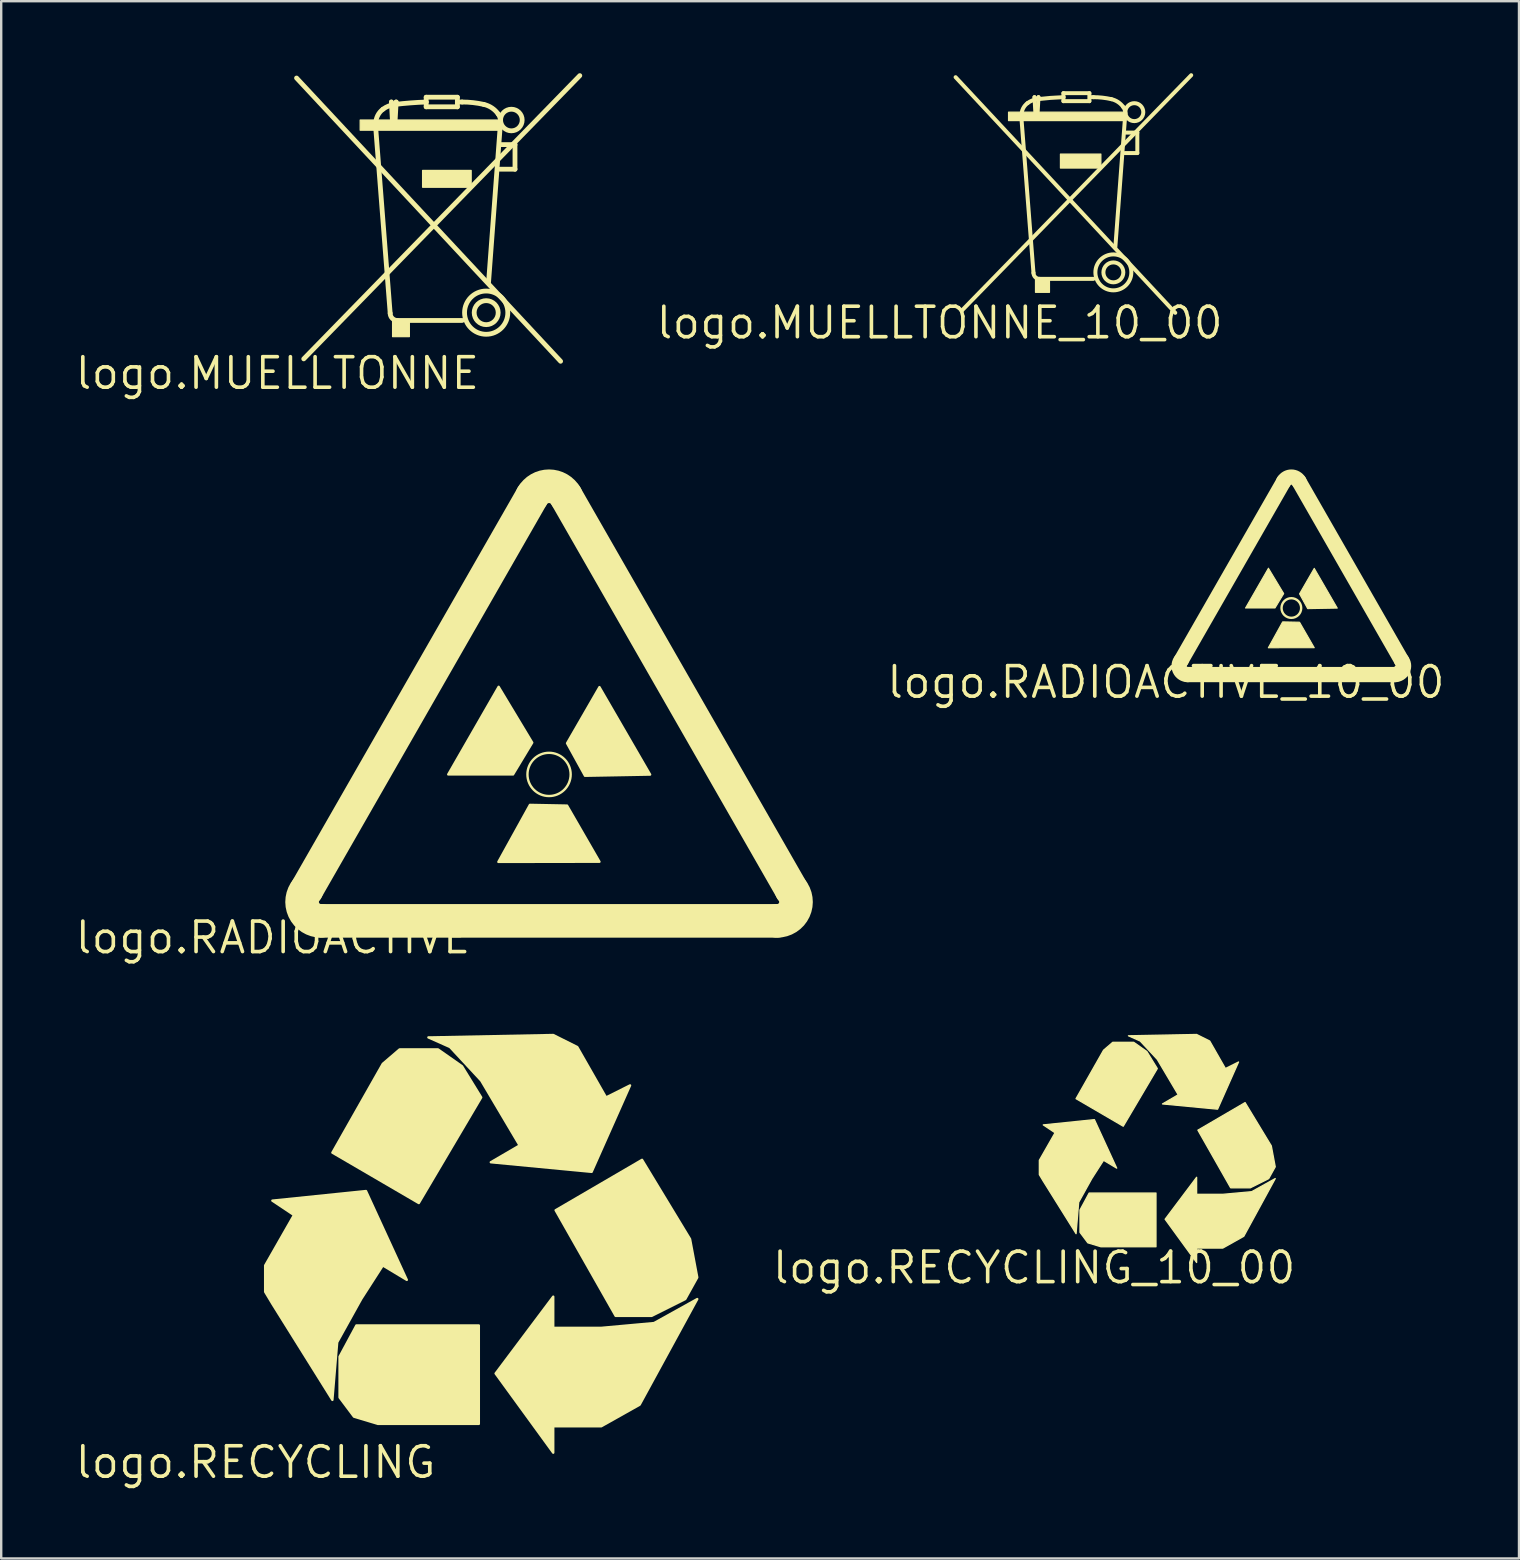
<source format=kicad_pcb>
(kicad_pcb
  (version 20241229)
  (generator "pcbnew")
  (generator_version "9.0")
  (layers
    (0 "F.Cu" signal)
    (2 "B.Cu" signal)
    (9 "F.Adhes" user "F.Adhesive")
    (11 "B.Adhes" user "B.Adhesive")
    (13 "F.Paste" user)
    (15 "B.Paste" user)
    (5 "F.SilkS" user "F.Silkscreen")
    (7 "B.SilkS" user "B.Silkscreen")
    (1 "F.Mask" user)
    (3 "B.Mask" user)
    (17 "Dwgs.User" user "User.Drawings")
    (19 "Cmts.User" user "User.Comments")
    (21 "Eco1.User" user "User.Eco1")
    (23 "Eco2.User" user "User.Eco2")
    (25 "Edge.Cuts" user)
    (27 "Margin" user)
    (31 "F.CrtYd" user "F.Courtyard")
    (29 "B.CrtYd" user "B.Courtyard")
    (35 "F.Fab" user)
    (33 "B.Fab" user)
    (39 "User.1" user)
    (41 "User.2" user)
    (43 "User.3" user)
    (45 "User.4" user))
  (footprint "logo.RECYCLING_10_00"
    (layer "F.Cu")
    (at 40.031 49.762)
    (property "Reference" "logo.RECYCLING_10_00" (at 0 0 0) (layer "F.SilkS") (effects (font (size 1.27 1.27) (thickness 0.15))))
    (fp_poly (pts (xy 1.747 -7.042) (xy 2.893 -9.061) (xy 3.275 -9.389) (xy 4.149 -9.389) (xy 4.694 -9.007) (xy 5.131 -8.297) (xy 3.712 -5.895)) (stroke (width 0.055) (type default)) (fill yes) (layer "F.SilkS"))
    (fp_poly (pts (xy 5.076 -0.873) (xy 2.784 -0.873) (xy 2.238 -1.037) (xy 1.911 -1.474) (xy 1.911 -2.402) (xy 2.293 -3.111) (xy 5.076 -3.111)) (stroke (width 0.055) (type default)) (fill yes) (layer "F.SilkS"))
    (fp_poly (pts (xy 6.823 -5.731) (xy 8.788 -6.878) (xy 9.88 -5.076) (xy 10.044 -4.203) (xy 9.771 -3.712) (xy 9.007 -3.33) (xy 8.188 -3.33)) (stroke (width 0.055) (type default)) (fill yes) (layer "F.SilkS"))
    (fp_poly (pts (xy 10.044 -3.712) (xy 8.734 -1.31) (xy 7.86 -0.819) (xy 6.769 -0.819) (xy 6.769 -0.218) (xy 5.458 -2.02) (xy 6.769 -3.766) (xy 6.769 -3.057) (xy 7.86 -3.057) (xy 9.061 -3.166)) (stroke (width 0.055) (type default)) (fill yes) (layer "F.SilkS"))
    (fp_poly (pts (xy 0.382 -5.95) (xy 2.511 -6.168) (xy 3.439 -4.149) (xy 2.893 -4.476) (xy 2.402 -3.712) (xy 1.856 -2.729) (xy 1.747 -1.419) (xy 0.382 -3.603) (xy 0.218 -3.876) (xy 0.218 -4.476) (xy 0.873 -5.622)) (stroke (width 0.055) (type default)) (fill yes) (layer "F.SilkS"))
    (fp_poly (pts (xy 3.985 -9.662) (xy 6.769 -9.716) (xy 7.314 -9.443) (xy 7.969 -8.297) (xy 8.515 -8.57) (xy 7.642 -6.605) (xy 5.349 -6.823) (xy 6.004 -7.205) (xy 5.131 -8.679) (xy 4.421 -9.443) (xy 3.93 -9.662)) (stroke (width 0.055) (type default)) (fill yes) (layer "F.SilkS")))
  (footprint "logo.MUELLTONNE_10_00"
    (layer "F.Cu")
    (at 36.095 10.397)
    (property "Reference" "logo.MUELLTONNE_10_00" (at 0 0 0) (layer "F.SilkS") (effects (font (size 1.27 1.27) (thickness 0.15))))
    (fp_line (start 0.665 -10.231) (end 9.815 -0.416) (stroke (width 0.166) (type default)) (layer "F.SilkS"))
    (fp_line (start 0.915 -0.499) (end 10.48 -10.314) (stroke (width 0.166) (type default)) (layer "F.SilkS"))
    (fp_line (start 3.41 -8.484) (end 3.41 -8.65) (stroke (width 0.166) (type default)) (layer "F.SilkS"))
    (fp_line (start 3.909 -2.079) (end 3.41 -8.484) (stroke (width 0.166) (type default)) (layer "F.SilkS"))
    (fp_line (start 3.993 -8.65) (end 3.951 -9.399) (stroke (width 0.166) (type default)) (layer "F.SilkS"))
    (fp_line (start 4.076 -8.65) (end 3.993 -8.65) (stroke (width 0.166) (type default)) (layer "F.SilkS"))
    (fp_line (start 4.117 -9.399) (end 4.076 -8.65) (stroke (width 0.166) (type default)) (layer "F.SilkS"))
    (fp_line (start 5.157 -9.566) (end 6.238 -9.566) (stroke (width 0.166) (type default)) (layer "F.SilkS"))
    (fp_line (start 5.157 -9.399) (end 5.157 -9.566) (stroke (width 0.166) (type default)) (layer "F.SilkS"))
    (fp_line (start 5.157 -9.233) (end 5.157 -9.399) (stroke (width 0.166) (type default)) (layer "F.SilkS"))
    (fp_line (start 6.238 -9.566) (end 6.238 -9.233) (stroke (width 0.166) (type default)) (layer "F.SilkS"))
    (fp_line (start 6.238 -9.233) (end 5.157 -9.233) (stroke (width 0.166) (type default)) (layer "F.SilkS"))
    (fp_line (start 6.322 -9.399) (end 6.405 -9.399) (stroke (width 0.166) (type default)) (layer "F.SilkS"))
    (fp_line (start 6.405 -1.83) (end 4.159 -1.83) (stroke (width 0.166) (type default)) (layer "F.SilkS"))
    (fp_line (start 7.715 -7.07) (end 8.235 -7.07) (stroke (width 0.166) (type default)) (layer "F.SilkS"))
    (fp_line (start 7.736 -8.734) (end 7.32 -3.161) (stroke (width 0.166) (type default)) (layer "F.SilkS"))
    (fp_line (start 8.235 -7.923) (end 7.756 -7.923) (stroke (width 0.166) (type default)) (layer "F.SilkS"))
    (fp_line (start 8.235 -7.07) (end 8.235 -7.923) (stroke (width 0.166) (type default)) (layer "F.SilkS"))
    (fp_rect (start 2.87 -8.422) (end 7.756 -8.775) (stroke (width 0.05) (type default)) (fill yes) (layer "F.SilkS"))
    (fp_rect (start 3.993 -1.268) (end 4.575 -1.83) (stroke (width 0.05) (type default)) (fill yes) (layer "F.SilkS"))
    (fp_rect (start 5.032 -6.446) (end 6.717 -7.029) (stroke (width 0.05) (type default)) (fill yes) (layer "F.SilkS"))
    (fp_arc (start 3.4103 -8.6505) (mid 3.476145 -8.929497) (end 3.6598 -9.1496) (stroke (width 0.1664) (type default)) (layer "F.SilkS"))
    (fp_arc (start 3.6598 -9.1496) (mid 3.856752 -9.260255) (end 4.0757 -9.3159) (stroke (width 0.1664) (type default)) (layer "F.SilkS"))
    (fp_arc (start 4.0757 -9.3159) (mid 4.615503 -9.368509) (end 5.157 -9.3991) (stroke (width 0.1664) (type default)) (layer "F.SilkS"))
    (fp_arc (start 4.1173 -9.3991) (mid 4.03415 -9.324643) (end 3.951 -9.3991) (stroke (width 0.1664) (type default)) (layer "F.SilkS"))
    (fp_arc (start 4.1589 -1.8299) (mid 3.982471 -1.903041) (end 3.9094 -2.0795) (stroke (width 0.1664) (type default)) (layer "F.SilkS"))
    (fp_arc (start 6.4047 -9.3991) (mid 6.781304 -9.378231) (end 7.1533 -9.3159) (stroke (width 0.1664) (type default)) (layer "F.SilkS"))
    (fp_arc (start 7.1533 -9.3159) (mid 7.433688 -9.195811) (end 7.6524 -8.9832) (stroke (width 0.1664) (type default)) (layer "F.SilkS"))
    (fp_arc (start 7.6524 -8.9832) (mid 7.712498 -8.864619) (end 7.7356 -8.7337) (stroke (width 0.1664) (type default)) (layer "F.SilkS"))
    (fp_circle (center 7.237 -2.1) (end 7.652 -2.1) (stroke (width 0.166) (type default)) (fill no) (layer "F.SilkS"))
    (fp_circle (center 7.237 -2.1) (end 7.986 -2.1) (stroke (width 0.166) (type default)) (fill no) (layer "F.SilkS"))
    (fp_circle (center 8.11 -8.775) (end 8.484 -8.775) (stroke (width 0.166) (type default)) (fill no) (layer "F.SilkS")))
  (footprint "logo.RADIOACTIVE"
    (layer "F.Cu")
    (at 8.323 36.012)
    (property "Reference" "logo.RADIOACTIVE" (at 0 0 0) (layer "F.SilkS") (effects (font (size 1.27 1.27) (thickness 0.15))))
    (fp_line (start 1.4 -2) (end 10.8 -18.4) (stroke (width 1.4) (type default)) (layer "F.SilkS"))
    (fp_line (start 2 -0.7) (end 21 -0.7) (stroke (width 1.4) (type default)) (layer "F.SilkS"))
    (fp_line (start 21.6 -2) (end 12.2 -18.4) (stroke (width 1.4) (type default)) (layer "F.SilkS"))
    (fp_arc (start 2 -0.7) (mid 1.284109 -1.15805) (end 1.4 -2) (stroke (width 1.4) (type default)) (layer "F.SilkS"))
    (fp_arc (start 10.8 -18.4) (mid 11.5 -18.805622) (end 12.2 -18.4) (stroke (width 1.4) (type default)) (layer "F.SilkS"))
    (fp_arc (start 21.6 -2) (mid 21.715891 -1.15805) (end 21 -0.7) (stroke (width 1.4) (type default)) (layer "F.SilkS"))
    (fp_circle (center 11.5 -6.8) (end 12.4 -6.8) (stroke (width 0.1) (type default)) (fill no) (layer "F.SilkS"))
    (fp_poly (pts (xy 7.3 -6.8) (xy 9.4 -10.45) (xy 10.8 -8.125) (xy 10 -6.8)) (stroke (width 0.1) (type default)) (fill yes) (layer "F.SilkS"))
    (fp_poly (pts (xy 13.6 -10.437) (xy 15.711 -6.794) (xy 12.997 -6.744) (xy 12.25 -8.099)) (stroke (width 0.1) (type default)) (fill yes) (layer "F.SilkS"))
    (fp_poly (pts (xy 13.6 -3.163) (xy 9.389 -3.156) (xy 10.703 -5.531) (xy 12.25 -5.501)) (stroke (width 0.1) (type default)) (fill yes) (layer "F.SilkS")))
  (footprint "logo.MUELLTONNE"
    (layer "F.Cu")
    (at 8.504 12.5)
    (property "Reference" "logo.MUELLTONNE" (at 0 0 0) (layer "F.SilkS") (effects (font (size 1.27 1.27) (thickness 0.15))))
    (fp_line (start 0.8 -12.3) (end 11.8 -0.5) (stroke (width 0.2) (type default)) (layer "F.SilkS"))
    (fp_line (start 1.1 -0.6) (end 12.6 -12.4) (stroke (width 0.2) (type default)) (layer "F.SilkS"))
    (fp_line (start 4.1 -10.2) (end 4.1 -10.4) (stroke (width 0.2) (type default)) (layer "F.SilkS"))
    (fp_line (start 4.7 -2.5) (end 4.1 -10.2) (stroke (width 0.2) (type default)) (layer "F.SilkS"))
    (fp_line (start 4.8 -10.4) (end 4.75 -11.3) (stroke (width 0.2) (type default)) (layer "F.SilkS"))
    (fp_line (start 4.9 -10.4) (end 4.8 -10.4) (stroke (width 0.2) (type default)) (layer "F.SilkS"))
    (fp_line (start 4.95 -11.3) (end 4.9 -10.4) (stroke (width 0.2) (type default)) (layer "F.SilkS"))
    (fp_line (start 6.2 -11.5) (end 7.5 -11.5) (stroke (width 0.2) (type default)) (layer "F.SilkS"))
    (fp_line (start 6.2 -11.3) (end 6.2 -11.5) (stroke (width 0.2) (type default)) (layer "F.SilkS"))
    (fp_line (start 6.2 -11.1) (end 6.2 -11.3) (stroke (width 0.2) (type default)) (layer "F.SilkS"))
    (fp_line (start 7.5 -11.5) (end 7.5 -11.1) (stroke (width 0.2) (type default)) (layer "F.SilkS"))
    (fp_line (start 7.5 -11.1) (end 6.2 -11.1) (stroke (width 0.2) (type default)) (layer "F.SilkS"))
    (fp_line (start 7.6 -11.3) (end 7.7 -11.3) (stroke (width 0.2) (type default)) (layer "F.SilkS"))
    (fp_line (start 7.7 -2.2) (end 5 -2.2) (stroke (width 0.2) (type default)) (layer "F.SilkS"))
    (fp_line (start 9.275 -8.5) (end 9.9 -8.5) (stroke (width 0.2) (type default)) (layer "F.SilkS"))
    (fp_line (start 9.3 -10.5) (end 8.8 -3.8) (stroke (width 0.2) (type default)) (layer "F.SilkS"))
    (fp_line (start 9.9 -9.525) (end 9.325 -9.525) (stroke (width 0.2) (type default)) (layer "F.SilkS"))
    (fp_line (start 9.9 -8.5) (end 9.9 -9.525) (stroke (width 0.2) (type default)) (layer "F.SilkS"))
    (fp_rect (start 3.45 -10.125) (end 9.325 -10.55) (stroke (width 0.05) (type default)) (fill yes) (layer "F.SilkS"))
    (fp_rect (start 4.8 -1.525) (end 5.5 -2.2) (stroke (width 0.05) (type default)) (fill yes) (layer "F.SilkS"))
    (fp_rect (start 6.05 -7.75) (end 8.075 -8.45) (stroke (width 0.05) (type default)) (fill yes) (layer "F.SilkS"))
    (fp_arc (start 4.1 -10.4) (mid 4.17918 -10.73541) (end 4.4 -11) (stroke (width 0.2) (type default)) (layer "F.SilkS"))
    (fp_arc (start 4.4 -11) (mid 4.636773 -11.133068) (end 4.9 -11.2) (stroke (width 0.2) (type default)) (layer "F.SilkS"))
    (fp_arc (start 4.9 -11.2) (mid 5.548982 -11.263236) (end 6.2 -11.3) (stroke (width 0.2) (type default)) (layer "F.SilkS"))
    (fp_arc (start 4.95 -11.3) (mid 4.85 -11.210486) (end 4.75 -11.3) (stroke (width 0.2) (type default)) (layer "F.SilkS"))
    (fp_arc (start 5 -2.2) (mid 4.787868 -2.287868) (end 4.7 -2.5) (stroke (width 0.2) (type default)) (layer "F.SilkS"))
    (fp_arc (start 7.7 -11.3) (mid 8.152769 -11.274923) (end 8.6 -11.2) (stroke (width 0.2) (type default)) (layer "F.SilkS"))
    (fp_arc (start 8.6 -11.2) (mid 8.937078 -11.055617) (end 9.2 -10.8) (stroke (width 0.2) (type default)) (layer "F.SilkS"))
    (fp_arc (start 9.2 -10.8) (mid 9.272241 -10.657414) (end 9.3 -10.5) (stroke (width 0.2) (type default)) (layer "F.SilkS"))
    (fp_circle (center 8.7 -2.525) (end 9.2 -2.525) (stroke (width 0.2) (type default)) (fill no) (layer "F.SilkS"))
    (fp_circle (center 8.7 -2.525) (end 9.601 -2.525) (stroke (width 0.2) (type default)) (fill no) (layer "F.SilkS"))
    (fp_circle (center 9.75 -10.55) (end 10.2 -10.55) (stroke (width 0.2) (type default)) (fill no) (layer "F.SilkS")))
  (footprint "logo.RADIOACTIVE_10_00"
    (layer "F.Cu")
    (at 45.521 25.37)
    (property "Reference" "logo.RADIOACTIVE_10_00" (at 0 0 0) (layer "F.SilkS") (effects (font (size 1.27 1.27) (thickness 0.15))))
    (fp_line (start 0.636 -0.909) (end 4.908 -8.361) (stroke (width 0.636) (type default)) (layer "F.SilkS"))
    (fp_line (start 0.909 -0.318) (end 9.543 -0.318) (stroke (width 0.636) (type default)) (layer "F.SilkS"))
    (fp_line (start 9.815 -0.909) (end 5.544 -8.361) (stroke (width 0.636) (type default)) (layer "F.SilkS"))
    (fp_arc (start 0.9088 -0.3181) (mid 0.583517 -0.526237) (end 0.6362 -0.9088) (stroke (width 0.6362) (type default)) (layer "F.SilkS"))
    (fp_arc (start 4.9077 -8.3612) (mid 5.22575 -8.545491) (end 5.5438 -8.3612) (stroke (width 0.6362) (type default)) (layer "F.SilkS"))
    (fp_arc (start 9.8153 -0.9088) (mid 9.867983 -0.526237) (end 9.5427 -0.3181) (stroke (width 0.6362) (type default)) (layer "F.SilkS"))
    (fp_circle (center 5.226 -3.09) (end 5.635 -3.09) (stroke (width 0.1) (type default)) (fill no) (layer "F.SilkS"))
    (fp_poly (pts (xy 3.317 -3.09) (xy 4.271 -4.749) (xy 4.908 -3.692) (xy 4.544 -3.09)) (stroke (width 0.045) (type default)) (fill yes) (layer "F.SilkS"))
    (fp_poly (pts (xy 6.18 -4.743) (xy 7.139 -3.087) (xy 5.906 -3.064) (xy 5.567 -3.68)) (stroke (width 0.045) (type default)) (fill yes) (layer "F.SilkS"))
    (fp_poly (pts (xy 6.18 -1.437) (xy 4.266 -1.434) (xy 4.863 -2.514) (xy 5.567 -2.5)) (stroke (width 0.045) (type default)) (fill yes) (layer "F.SilkS")))
  (footprint "logo.RECYCLING"
    (layer "F.Cu")
    (at 7.597 57.868)
    (property "Reference" "logo.RECYCLING" (at 0 0 0) (layer "F.SilkS") (effects (font (size 1.27 1.27) (thickness 0.15))))
    (fp_poly (pts (xy 3.2 -12.9) (xy 5.3 -16.6) (xy 6 -17.2) (xy 7.6 -17.2) (xy 8.6 -16.5) (xy 9.4 -15.2) (xy 6.8 -10.8)) (stroke (width 0.1) (type default)) (fill yes) (layer "F.SilkS"))
    (fp_poly (pts (xy 9.3 -1.6) (xy 5.1 -1.6) (xy 4.1 -1.9) (xy 3.5 -2.7) (xy 3.5 -4.4) (xy 4.2 -5.7) (xy 9.3 -5.7)) (stroke (width 0.1) (type default)) (fill yes) (layer "F.SilkS"))
    (fp_poly (pts (xy 12.5 -10.5) (xy 16.1 -12.6) (xy 18.1 -9.3) (xy 18.4 -7.7) (xy 17.9 -6.8) (xy 16.5 -6.1) (xy 15 -6.1)) (stroke (width 0.1) (type default)) (fill yes) (layer "F.SilkS"))
    (fp_poly (pts (xy 18.4 -6.8) (xy 16 -2.4) (xy 14.4 -1.5) (xy 12.4 -1.5) (xy 12.4 -0.4) (xy 10 -3.7) (xy 12.4 -6.9) (xy 12.4 -5.6) (xy 14.4 -5.6) (xy 16.6 -5.8)) (stroke (width 0.1) (type default)) (fill yes) (layer "F.SilkS"))
    (fp_poly (pts (xy 0.7 -10.9) (xy 4.6 -11.3) (xy 6.3 -7.6) (xy 5.3 -8.2) (xy 4.4 -6.8) (xy 3.4 -5) (xy 3.2 -2.6) (xy 0.7 -6.6) (xy 0.4 -7.1) (xy 0.4 -8.2) (xy 1.6 -10.3)) (stroke (width 0.1) (type default)) (fill yes) (layer "F.SilkS"))
    (fp_poly (pts (xy 7.3 -17.7) (xy 12.4 -17.8) (xy 13.4 -17.3) (xy 14.6 -15.2) (xy 15.6 -15.7) (xy 14 -12.1) (xy 9.8 -12.5) (xy 11 -13.2) (xy 9.4 -15.9) (xy 8.1 -17.3) (xy 7.2 -17.7)) (stroke (width 0.1) (type default)) (fill yes) (layer "F.SilkS")))
  (gr_rect
    (start -3 -3)
    (end 60.23 61.874)
    (stroke (width 0.1) (type default))
    (fill no)
    (layer "Edge.Cuts")))
</source>
